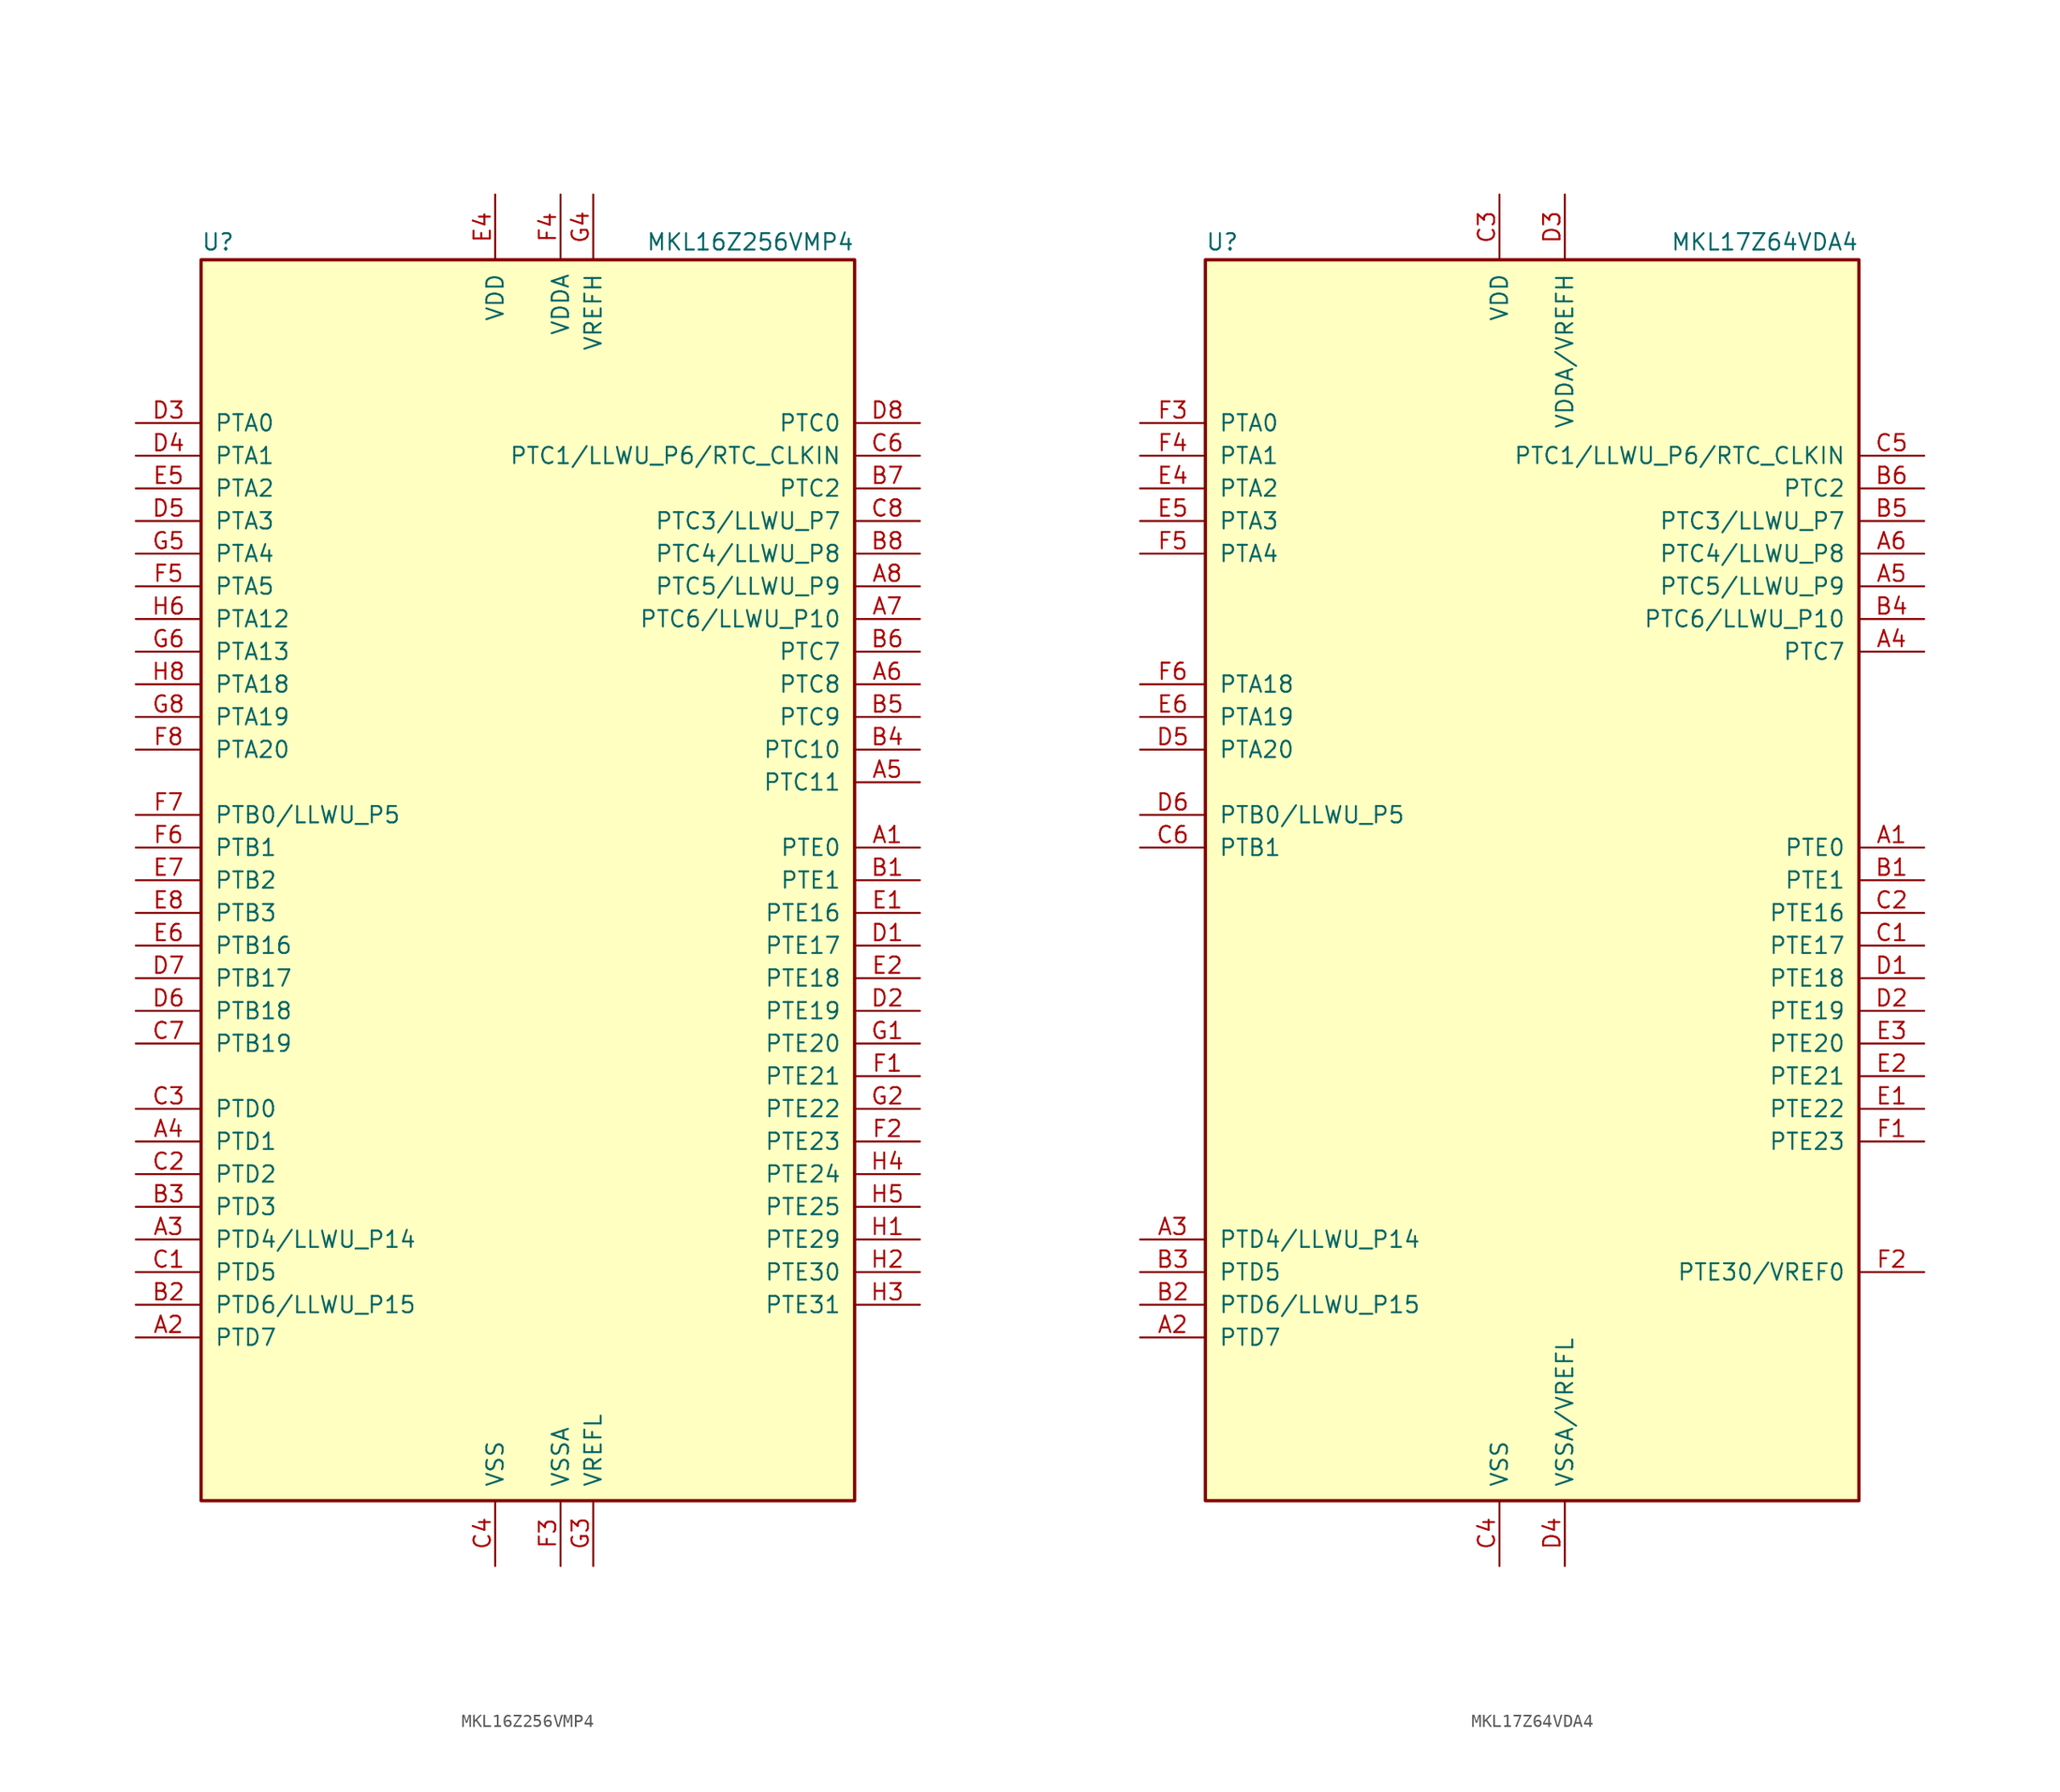
<source format=kicad_sym>
(kicad_symbol_lib
  (version 20211014)
  (generator kicad_symbol_editor)
  (symbol "MKL16Z256VMP4"
    (pin_names
      (offset 1.016))
    (property "Reference" "U"
      (at -25.4 48.895 0)
      (effects (font (size 1.27 1.27)) (justify left bottom)))
    (property "Value" "MKL16Z256VMP4"
      (at 25.4 48.895 0)
      (effects (font (size 1.27 1.27)) (justify right bottom)))
    (symbol "MKL16Z256VMP4_0_1"
      (rectangle (start -25.4 48.26) (end 25.4 -48.26) (stroke (width 0.254) (type default) (color 0 0 0 0)) (fill (type background))))
    (symbol "MKL16Z256VMP4_1_1"
      (pin bidirectional line (at 30.48 2.54 180) (length 5.08) (name "PTE0" (effects (font (size 1.27 1.27)))) (number "A1" (effects (font (size 1.27 1.27)))))
      (pin bidirectional line (at -30.48 -35.56 0) (length 5.08) (name "PTD7" (effects (font (size 1.27 1.27)))) (number "A2" (effects (font (size 1.27 1.27)))))
      (pin bidirectional line (at -30.48 -27.94 0) (length 5.08) (name "PTD4/LLWU_P14" (effects (font (size 1.27 1.27)))) (number "A3" (effects (font (size 1.27 1.27)))))
      (pin bidirectional line (at -30.48 -20.32 0) (length 5.08) (name "PTD1" (effects (font (size 1.27 1.27)))) (number "A4" (effects (font (size 1.27 1.27)))))
      (pin bidirectional line (at 30.48 7.62 180) (length 5.08) (name "PTC11" (effects (font (size 1.27 1.27)))) (number "A5" (effects (font (size 1.27 1.27)))))
      (pin bidirectional line (at 30.48 15.24 180) (length 5.08) (name "PTC8" (effects (font (size 1.27 1.27)))) (number "A6" (effects (font (size 1.27 1.27)))))
      (pin bidirectional line (at 30.48 20.32 180) (length 5.08) (name "PTC6/LLWU_P10" (effects (font (size 1.27 1.27)))) (number "A7" (effects (font (size 1.27 1.27)))))
      (pin bidirectional line (at 30.48 22.86 180) (length 5.08) (name "PTC5/LLWU_P9" (effects (font (size 1.27 1.27)))) (number "A8" (effects (font (size 1.27 1.27)))))
      (pin bidirectional line (at 30.48 0 180) (length 5.08) (name "PTE1" (effects (font (size 1.27 1.27)))) (number "B1" (effects (font (size 1.27 1.27)))))
      (pin bidirectional line (at -30.48 -33.02 0) (length 5.08) (name "PTD6/LLWU_P15" (effects (font (size 1.27 1.27)))) (number "B2" (effects (font (size 1.27 1.27)))))
      (pin bidirectional line (at -30.48 -25.4 0) (length 5.08) (name "PTD3" (effects (font (size 1.27 1.27)))) (number "B3" (effects (font (size 1.27 1.27)))))
      (pin bidirectional line (at 30.48 10.16 180) (length 5.08) (name "PTC10" (effects (font (size 1.27 1.27)))) (number "B4" (effects (font (size 1.27 1.27)))))
      (pin bidirectional line (at 30.48 12.7 180) (length 5.08) (name "PTC9" (effects (font (size 1.27 1.27)))) (number "B5" (effects (font (size 1.27 1.27)))))
      (pin bidirectional line (at 30.48 17.78 180) (length 5.08) (name "PTC7" (effects (font (size 1.27 1.27)))) (number "B6" (effects (font (size 1.27 1.27)))))
      (pin bidirectional line (at 30.48 30.48 180) (length 5.08) (name "PTC2" (effects (font (size 1.27 1.27)))) (number "B7" (effects (font (size 1.27 1.27)))))
      (pin bidirectional line (at 30.48 25.4 180) (length 5.08) (name "PTC4/LLWU_P8" (effects (font (size 1.27 1.27)))) (number "B8" (effects (font (size 1.27 1.27)))))
      (pin bidirectional line (at -30.48 -30.48 0) (length 5.08) (name "PTD5" (effects (font (size 1.27 1.27)))) (number "C1" (effects (font (size 1.27 1.27)))))
      (pin bidirectional line (at -30.48 -22.86 0) (length 5.08) (name "PTD2" (effects (font (size 1.27 1.27)))) (number "C2" (effects (font (size 1.27 1.27)))))
      (pin bidirectional line (at -30.48 -17.78 0) (length 5.08) (name "PTD0" (effects (font (size 1.27 1.27)))) (number "C3" (effects (font (size 1.27 1.27)))))
      (pin power_in line (at -2.54 -53.34 90) (length 5.08) (name "VSS" (effects (font (size 1.27 1.27)))) (number "C4" (effects (font (size 1.27 1.27)))))
      (pin no_connect line (at -15.24 -53.34 90) (length 5.08) hide (name "NC" (effects (font (size 1.27 1.27)))) (number "C5" (effects (font (size 1.27 1.27)))))
      (pin bidirectional line (at 30.48 33.02 180) (length 5.08) (name "PTC1/LLWU_P6/RTC_CLKIN" (effects (font (size 1.27 1.27)))) (number "C6" (effects (font (size 1.27 1.27)))))
      (pin bidirectional line (at -30.48 -12.7 0) (length 5.08) (name "PTB19" (effects (font (size 1.27 1.27)))) (number "C7" (effects (font (size 1.27 1.27)))))
      (pin bidirectional line (at 30.48 27.94 180) (length 5.08) (name "PTC3/LLWU_P7" (effects (font (size 1.27 1.27)))) (number "C8" (effects (font (size 1.27 1.27)))))
      (pin bidirectional line (at 30.48 -5.08 180) (length 5.08) (name "PTE17" (effects (font (size 1.27 1.27)))) (number "D1" (effects (font (size 1.27 1.27)))))
      (pin bidirectional line (at 30.48 -10.16 180) (length 5.08) (name "PTE19" (effects (font (size 1.27 1.27)))) (number "D2" (effects (font (size 1.27 1.27)))))
      (pin bidirectional line (at -30.48 35.56 0) (length 5.08) (name "PTA0" (effects (font (size 1.27 1.27)))) (number "D3" (effects (font (size 1.27 1.27)))))
      (pin bidirectional line (at -30.48 33.02 0) (length 5.08) (name "PTA1" (effects (font (size 1.27 1.27)))) (number "D4" (effects (font (size 1.27 1.27)))))
      (pin bidirectional line (at -30.48 27.94 0) (length 5.08) (name "PTA3" (effects (font (size 1.27 1.27)))) (number "D5" (effects (font (size 1.27 1.27)))))
      (pin bidirectional line (at -30.48 -10.16 0) (length 5.08) (name "PTB18" (effects (font (size 1.27 1.27)))) (number "D6" (effects (font (size 1.27 1.27)))))
      (pin bidirectional line (at -30.48 -7.62 0) (length 5.08) (name "PTB17" (effects (font (size 1.27 1.27)))) (number "D7" (effects (font (size 1.27 1.27)))))
      (pin bidirectional line (at 30.48 35.56 180) (length 5.08) (name "PTC0" (effects (font (size 1.27 1.27)))) (number "D8" (effects (font (size 1.27 1.27)))))
      (pin bidirectional line (at 30.48 -2.54 180) (length 5.08) (name "PTE16" (effects (font (size 1.27 1.27)))) (number "E1" (effects (font (size 1.27 1.27)))))
      (pin bidirectional line (at 30.48 -7.62 180) (length 5.08) (name "PTE18" (effects (font (size 1.27 1.27)))) (number "E2" (effects (font (size 1.27 1.27)))))
      (pin passive line (at -2.54 -53.34 90) (length 5.08) hide (name "VSS" (effects (font (size 1.27 1.27)))) (number "E3" (effects (font (size 1.27 1.27)))))
      (pin power_in line (at -2.54 53.34 270) (length 5.08) (name "VDD" (effects (font (size 1.27 1.27)))) (number "E4" (effects (font (size 1.27 1.27)))))
      (pin bidirectional line (at -30.48 30.48 0) (length 5.08) (name "PTA2" (effects (font (size 1.27 1.27)))) (number "E5" (effects (font (size 1.27 1.27)))))
      (pin bidirectional line (at -30.48 -5.08 0) (length 5.08) (name "PTB16" (effects (font (size 1.27 1.27)))) (number "E6" (effects (font (size 1.27 1.27)))))
      (pin bidirectional line (at -30.48 0 0) (length 5.08) (name "PTB2" (effects (font (size 1.27 1.27)))) (number "E7" (effects (font (size 1.27 1.27)))))
      (pin bidirectional line (at -30.48 -2.54 0) (length 5.08) (name "PTB3" (effects (font (size 1.27 1.27)))) (number "E8" (effects (font (size 1.27 1.27)))))
      (pin bidirectional line (at 30.48 -15.24 180) (length 5.08) (name "PTE21" (effects (font (size 1.27 1.27)))) (number "F1" (effects (font (size 1.27 1.27)))))
      (pin bidirectional line (at 30.48 -20.32 180) (length 5.08) (name "PTE23" (effects (font (size 1.27 1.27)))) (number "F2" (effects (font (size 1.27 1.27)))))
      (pin power_in line (at 2.54 -53.34 90) (length 5.08) (name "VSSA" (effects (font (size 1.27 1.27)))) (number "F3" (effects (font (size 1.27 1.27)))))
      (pin power_in line (at 2.54 53.34 270) (length 5.08) (name "VDDA" (effects (font (size 1.27 1.27)))) (number "F4" (effects (font (size 1.27 1.27)))))
      (pin bidirectional line (at -30.48 22.86 0) (length 5.08) (name "PTA5" (effects (font (size 1.27 1.27)))) (number "F5" (effects (font (size 1.27 1.27)))))
      (pin bidirectional line (at -30.48 2.54 0) (length 5.08) (name "PTB1" (effects (font (size 1.27 1.27)))) (number "F6" (effects (font (size 1.27 1.27)))))
      (pin bidirectional line (at -30.48 5.08 0) (length 5.08) (name "PTB0/LLWU_P5" (effects (font (size 1.27 1.27)))) (number "F7" (effects (font (size 1.27 1.27)))))
      (pin bidirectional line (at -30.48 10.16 0) (length 5.08) (name "PTA20" (effects (font (size 1.27 1.27)))) (number "F8" (effects (font (size 1.27 1.27)))))
      (pin bidirectional line (at 30.48 -12.7 180) (length 5.08) (name "PTE20" (effects (font (size 1.27 1.27)))) (number "G1" (effects (font (size 1.27 1.27)))))
      (pin bidirectional line (at 30.48 -17.78 180) (length 5.08) (name "PTE22" (effects (font (size 1.27 1.27)))) (number "G2" (effects (font (size 1.27 1.27)))))
      (pin power_in line (at 5.08 -53.34 90) (length 5.08) (name "VREFL" (effects (font (size 1.27 1.27)))) (number "G3" (effects (font (size 1.27 1.27)))))
      (pin power_in line (at 5.08 53.34 270) (length 5.08) (name "VREFH" (effects (font (size 1.27 1.27)))) (number "G4" (effects (font (size 1.27 1.27)))))
      (pin bidirectional line (at -30.48 25.4 0) (length 5.08) (name "PTA4" (effects (font (size 1.27 1.27)))) (number "G5" (effects (font (size 1.27 1.27)))))
      (pin bidirectional line (at -30.48 17.78 0) (length 5.08) (name "PTA13" (effects (font (size 1.27 1.27)))) (number "G6" (effects (font (size 1.27 1.27)))))
      (pin passive line (at -2.54 53.34 270) (length 5.08) hide (name "VDD" (effects (font (size 1.27 1.27)))) (number "G7" (effects (font (size 1.27 1.27)))))
      (pin bidirectional line (at -30.48 12.7 0) (length 5.08) (name "PTA19" (effects (font (size 1.27 1.27)))) (number "G8" (effects (font (size 1.27 1.27)))))
      (pin bidirectional line (at 30.48 -27.94 180) (length 5.08) (name "PTE29" (effects (font (size 1.27 1.27)))) (number "H1" (effects (font (size 1.27 1.27)))))
      (pin bidirectional line (at 30.48 -30.48 180) (length 5.08) (name "PTE30" (effects (font (size 1.27 1.27)))) (number "H2" (effects (font (size 1.27 1.27)))))
      (pin bidirectional line (at 30.48 -33.02 180) (length 5.08) (name "PTE31" (effects (font (size 1.27 1.27)))) (number "H3" (effects (font (size 1.27 1.27)))))
      (pin bidirectional line (at 30.48 -22.86 180) (length 5.08) (name "PTE24" (effects (font (size 1.27 1.27)))) (number "H4" (effects (font (size 1.27 1.27)))))
      (pin bidirectional line (at 30.48 -25.4 180) (length 5.08) (name "PTE25" (effects (font (size 1.27 1.27)))) (number "H5" (effects (font (size 1.27 1.27)))))
      (pin bidirectional line (at -30.48 20.32 0) (length 5.08) (name "PTA12" (effects (font (size 1.27 1.27)))) (number "H6" (effects (font (size 1.27 1.27)))))
      (pin passive line (at -2.54 -53.34 90) (length 5.08) hide (name "VSS" (effects (font (size 1.27 1.27)))) (number "H7" (effects (font (size 1.27 1.27)))))
      (pin bidirectional line (at -30.48 15.24 0) (length 5.08) (name "PTA18" (effects (font (size 1.27 1.27)))) (number "H8" (effects (font (size 1.27 1.27)))))))
  (symbol "MKL17Z64VDA4"
    (pin_names
      (offset 1.016))
    (property "Reference" "U"
      (at -25.4 48.895 0)
      (effects (font (size 1.27 1.27)) (justify left bottom)))
    (property "Value" "MKL17Z64VDA4"
      (at 25.4 48.895 0)
      (effects (font (size 1.27 1.27)) (justify right bottom)))
    (symbol "MKL17Z64VDA4_0_1"
      (rectangle (start -25.4 48.26) (end 25.4 -48.26) (stroke (width 0.254) (type default) (color 0 0 0 0)) (fill (type background))))
    (symbol "MKL17Z64VDA4_1_1"
      (pin bidirectional line (at 30.48 2.54 180) (length 5.08) (name "PTE0" (effects (font (size 1.27 1.27)))) (number "A1" (effects (font (size 1.27 1.27)))))
      (pin bidirectional line (at -30.48 -35.56 0) (length 5.08) (name "PTD7" (effects (font (size 1.27 1.27)))) (number "A2" (effects (font (size 1.27 1.27)))))
      (pin bidirectional line (at -30.48 -27.94 0) (length 5.08) (name "PTD4/LLWU_P14" (effects (font (size 1.27 1.27)))) (number "A3" (effects (font (size 1.27 1.27)))))
      (pin bidirectional line (at 30.48 17.78 180) (length 5.08) (name "PTC7" (effects (font (size 1.27 1.27)))) (number "A4" (effects (font (size 1.27 1.27)))))
      (pin bidirectional line (at 30.48 22.86 180) (length 5.08) (name "PTC5/LLWU_P9" (effects (font (size 1.27 1.27)))) (number "A5" (effects (font (size 1.27 1.27)))))
      (pin bidirectional line (at 30.48 25.4 180) (length 5.08) (name "PTC4/LLWU_P8" (effects (font (size 1.27 1.27)))) (number "A6" (effects (font (size 1.27 1.27)))))
      (pin bidirectional line (at 30.48 0 180) (length 5.08) (name "PTE1" (effects (font (size 1.27 1.27)))) (number "B1" (effects (font (size 1.27 1.27)))))
      (pin bidirectional line (at -30.48 -33.02 0) (length 5.08) (name "PTD6/LLWU_P15" (effects (font (size 1.27 1.27)))) (number "B2" (effects (font (size 1.27 1.27)))))
      (pin bidirectional line (at -30.48 -30.48 0) (length 5.08) (name "PTD5" (effects (font (size 1.27 1.27)))) (number "B3" (effects (font (size 1.27 1.27)))))
      (pin bidirectional line (at 30.48 20.32 180) (length 5.08) (name "PTC6/LLWU_P10" (effects (font (size 1.27 1.27)))) (number "B4" (effects (font (size 1.27 1.27)))))
      (pin bidirectional line (at 30.48 27.94 180) (length 5.08) (name "PTC3/LLWU_P7" (effects (font (size 1.27 1.27)))) (number "B5" (effects (font (size 1.27 1.27)))))
      (pin bidirectional line (at 30.48 30.48 180) (length 5.08) (name "PTC2" (effects (font (size 1.27 1.27)))) (number "B6" (effects (font (size 1.27 1.27)))))
      (pin bidirectional line (at 30.48 -5.08 180) (length 5.08) (name "PTE17" (effects (font (size 1.27 1.27)))) (number "C1" (effects (font (size 1.27 1.27)))))
      (pin bidirectional line (at 30.48 -2.54 180) (length 5.08) (name "PTE16" (effects (font (size 1.27 1.27)))) (number "C2" (effects (font (size 1.27 1.27)))))
      (pin power_in line (at -2.54 53.34 270) (length 5.08) (name "VDD" (effects (font (size 1.27 1.27)))) (number "C3" (effects (font (size 1.27 1.27)))))
      (pin power_in line (at -2.54 -53.34 90) (length 5.08) (name "VSS" (effects (font (size 1.27 1.27)))) (number "C4" (effects (font (size 1.27 1.27)))))
      (pin bidirectional line (at 30.48 33.02 180) (length 5.08) (name "PTC1/LLWU_P6/RTC_CLKIN" (effects (font (size 1.27 1.27)))) (number "C5" (effects (font (size 1.27 1.27)))))
      (pin bidirectional line (at -30.48 2.54 0) (length 5.08) (name "PTB1" (effects (font (size 1.27 1.27)))) (number "C6" (effects (font (size 1.27 1.27)))))
      (pin bidirectional line (at 30.48 -7.62 180) (length 5.08) (name "PTE18" (effects (font (size 1.27 1.27)))) (number "D1" (effects (font (size 1.27 1.27)))))
      (pin bidirectional line (at 30.48 -10.16 180) (length 5.08) (name "PTE19" (effects (font (size 1.27 1.27)))) (number "D2" (effects (font (size 1.27 1.27)))))
      (pin power_in line (at 2.54 53.34 270) (length 5.08) (name "VDDA/VREFH" (effects (font (size 1.27 1.27)))) (number "D3" (effects (font (size 1.27 1.27)))))
      (pin power_in line (at 2.54 -53.34 90) (length 5.08) (name "VSSA/VREFL" (effects (font (size 1.27 1.27)))) (number "D4" (effects (font (size 1.27 1.27)))))
      (pin bidirectional line (at -30.48 10.16 0) (length 5.08) (name "PTA20" (effects (font (size 1.27 1.27)))) (number "D5" (effects (font (size 1.27 1.27)))))
      (pin bidirectional line (at -30.48 5.08 0) (length 5.08) (name "PTB0/LLWU_P5" (effects (font (size 1.27 1.27)))) (number "D6" (effects (font (size 1.27 1.27)))))
      (pin bidirectional line (at 30.48 -17.78 180) (length 5.08) (name "PTE22" (effects (font (size 1.27 1.27)))) (number "E1" (effects (font (size 1.27 1.27)))))
      (pin bidirectional line (at 30.48 -15.24 180) (length 5.08) (name "PTE21" (effects (font (size 1.27 1.27)))) (number "E2" (effects (font (size 1.27 1.27)))))
      (pin bidirectional line (at 30.48 -12.7 180) (length 5.08) (name "PTE20" (effects (font (size 1.27 1.27)))) (number "E3" (effects (font (size 1.27 1.27)))))
      (pin bidirectional line (at -30.48 30.48 0) (length 5.08) (name "PTA2" (effects (font (size 1.27 1.27)))) (number "E4" (effects (font (size 1.27 1.27)))))
      (pin bidirectional line (at -30.48 27.94 0) (length 5.08) (name "PTA3" (effects (font (size 1.27 1.27)))) (number "E5" (effects (font (size 1.27 1.27)))))
      (pin bidirectional line (at -30.48 12.7 0) (length 5.08) (name "PTA19" (effects (font (size 1.27 1.27)))) (number "E6" (effects (font (size 1.27 1.27)))))
      (pin bidirectional line (at 30.48 -20.32 180) (length 5.08) (name "PTE23" (effects (font (size 1.27 1.27)))) (number "F1" (effects (font (size 1.27 1.27)))))
      (pin bidirectional line (at 30.48 -30.48 180) (length 5.08) (name "PTE30/VREF0" (effects (font (size 1.27 1.27)))) (number "F2" (effects (font (size 1.27 1.27)))))
      (pin bidirectional line (at -30.48 35.56 0) (length 5.08) (name "PTA0" (effects (font (size 1.27 1.27)))) (number "F3" (effects (font (size 1.27 1.27)))))
      (pin bidirectional line (at -30.48 33.02 0) (length 5.08) (name "PTA1" (effects (font (size 1.27 1.27)))) (number "F4" (effects (font (size 1.27 1.27)))))
      (pin bidirectional line (at -30.48 25.4 0) (length 5.08) (name "PTA4" (effects (font (size 1.27 1.27)))) (number "F5" (effects (font (size 1.27 1.27)))))
      (pin bidirectional line (at -30.48 15.24 0) (length 5.08) (name "PTA18" (effects (font (size 1.27 1.27)))) (number "F6" (effects (font (size 1.27 1.27))))))))
</source>
